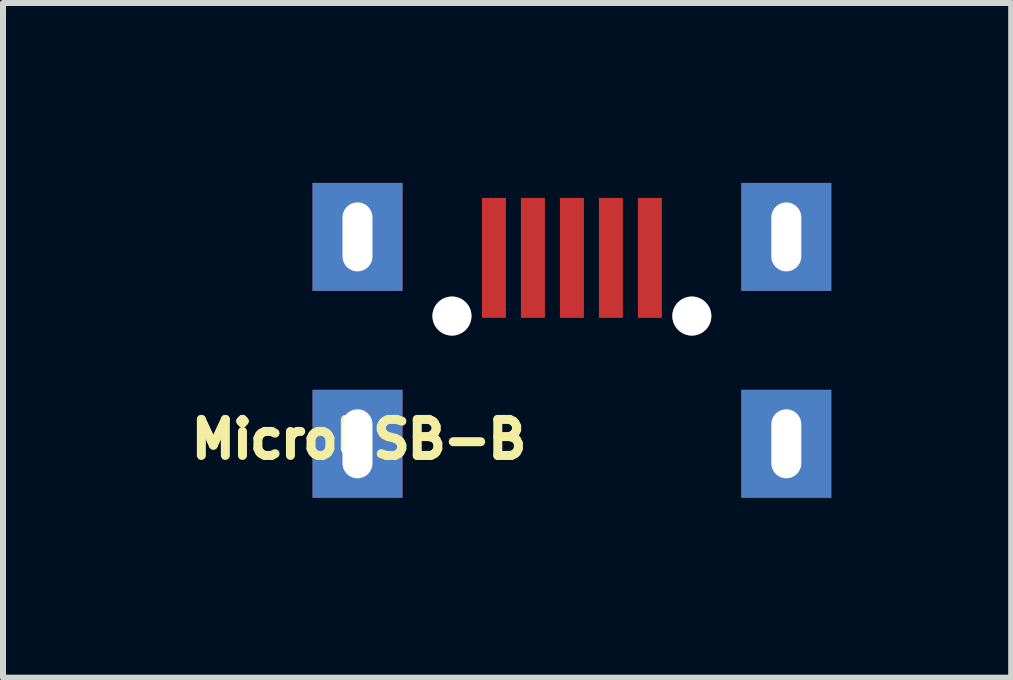
<source format=kicad_pcb>
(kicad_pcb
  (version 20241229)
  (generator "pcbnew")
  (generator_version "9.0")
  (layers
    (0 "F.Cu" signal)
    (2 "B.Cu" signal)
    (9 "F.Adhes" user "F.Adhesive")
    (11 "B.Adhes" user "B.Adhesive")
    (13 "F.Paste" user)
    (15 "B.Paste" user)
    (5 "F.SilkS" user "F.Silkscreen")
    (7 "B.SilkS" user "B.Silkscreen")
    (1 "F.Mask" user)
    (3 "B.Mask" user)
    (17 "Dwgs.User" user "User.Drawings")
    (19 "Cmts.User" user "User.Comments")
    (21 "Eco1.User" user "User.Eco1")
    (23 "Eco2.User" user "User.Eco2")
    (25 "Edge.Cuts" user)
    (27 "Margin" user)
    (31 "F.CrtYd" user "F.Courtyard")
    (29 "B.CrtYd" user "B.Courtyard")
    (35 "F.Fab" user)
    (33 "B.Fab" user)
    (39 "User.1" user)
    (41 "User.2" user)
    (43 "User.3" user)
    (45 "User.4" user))
  (footprint "MicroUSB-B"
    (layer "F.Cu")
    (at 2.911 4.35)
    (property "Reference" "MicroUSB-B" (at 0.025 -0.076 0) (layer "F.SilkS") (effects (font (size 0.6 0.6) (thickness 0.15))))
    (attr smd)
    (pad "" thru_hole circle (at 1.575 -2.13) (size 0.65 0.65) (drill 0.65) (layers "*.Cu" "*.Mask"))
    (pad "" thru_hole circle (at 5.575 -2.13) (size 0.65 0.65) (drill 0.65) (layers "*.Cu" "*.Mask"))
    (pad "1" smd rect (at 2.275 -3.1 90) (size 2 0.4) (layers "F.Cu" "F.Mask" "F.Paste"))
    (pad "2" smd rect (at 2.925 -3.1 90) (size 2 0.4) (layers "F.Cu" "F.Mask" "F.Paste"))
    (pad "3" smd rect (at 3.575 -3.1 90) (size 2 0.4) (layers "F.Cu" "F.Mask" "F.Paste"))
    (pad "4" smd rect (at 4.225 -3.1 90) (size 2 0.4) (layers "F.Cu" "F.Mask" "F.Paste"))
    (pad "5" thru_hole trapezoid (at 0 -3.45 90) (size 1.8 1.5) (drill oval 1.15 0.5) (layers "*.Cu" "*.Mask" "F.Paste"))
    (pad "5" thru_hole trapezoid (at 0 0 90) (size 1.8 1.5) (drill oval 1.15 0.5) (layers "*.Cu" "*.Mask" "F.Paste"))
    (pad "5" smd rect (at 4.875 -3.1 90) (size 2 0.4) (layers "F.Cu" "F.Mask" "F.Paste"))
    (pad "5" thru_hole trapezoid (at 7.15 -3.45 90) (size 1.8 1.5) (drill oval 1.15 0.5) (layers "*.Cu" "*.Mask" "F.Paste"))
    (pad "5" thru_hole trapezoid (at 7.15 0 90) (size 1.8 1.5) (drill oval 1.15 0.5) (layers "*.Cu" "*.Mask" "F.Paste")))
  (gr_rect
    (start -3 -3)
    (end 13.811 8.25)
    (stroke (width 0.1) (type default))
    (fill no)
    (layer "Edge.Cuts")))
</source>
